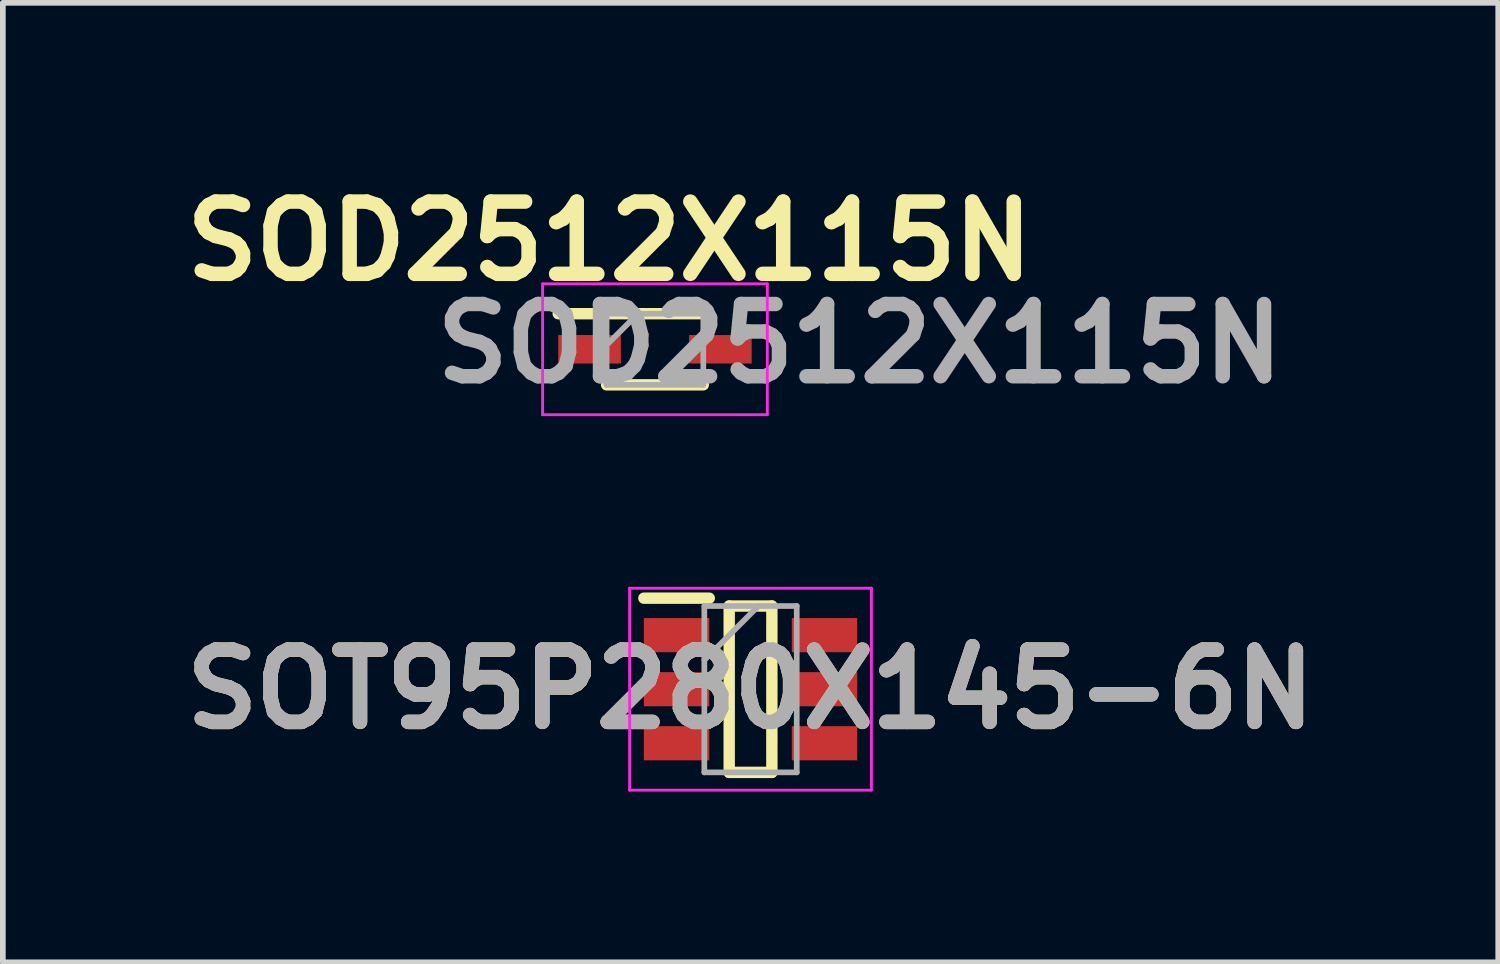
<source format=kicad_pcb>
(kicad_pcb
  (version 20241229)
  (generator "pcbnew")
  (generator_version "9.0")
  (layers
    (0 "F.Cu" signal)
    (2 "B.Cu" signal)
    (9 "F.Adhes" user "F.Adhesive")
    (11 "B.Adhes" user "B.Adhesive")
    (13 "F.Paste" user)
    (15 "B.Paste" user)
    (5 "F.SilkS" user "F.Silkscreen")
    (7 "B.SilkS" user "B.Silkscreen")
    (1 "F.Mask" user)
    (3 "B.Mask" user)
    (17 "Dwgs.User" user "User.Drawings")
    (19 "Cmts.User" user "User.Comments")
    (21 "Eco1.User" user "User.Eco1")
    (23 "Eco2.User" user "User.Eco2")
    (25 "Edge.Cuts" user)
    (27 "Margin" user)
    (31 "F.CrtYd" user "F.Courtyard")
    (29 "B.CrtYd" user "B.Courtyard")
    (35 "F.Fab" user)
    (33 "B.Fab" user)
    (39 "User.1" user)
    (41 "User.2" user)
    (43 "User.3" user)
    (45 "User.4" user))
  (footprint "SOT95P280X145-6N"
    (layer "F.Cu")
    (at 10.142 9.064)
    (property "Reference" "SOT95P280X145-6N" (at 0 0 0) (layer "F.SilkS") (effects (font (size 1.27 1.27) (thickness 0.254))))
    (attr smd)
    (fp_line (start -1.875 -1.6) (end -0.725 -1.6) (stroke (width 0.2) (type solid)) (layer "F.SilkS"))
    (fp_line (start -0.375 -1.462) (end 0.375 -1.462) (stroke (width 0.2) (type solid)) (layer "F.SilkS"))
    (fp_line (start -0.375 1.462) (end -0.375 -1.462) (stroke (width 0.2) (type solid)) (layer "F.SilkS"))
    (fp_line (start 0.375 -1.462) (end 0.375 1.462) (stroke (width 0.2) (type solid)) (layer "F.SilkS"))
    (fp_line (start 0.375 1.462) (end -0.375 1.462) (stroke (width 0.2) (type solid)) (layer "F.SilkS"))
    (fp_line (start -2.125 -1.775) (end 2.125 -1.775) (stroke (width 0.05) (type solid)) (layer "F.CrtYd"))
    (fp_line (start -2.125 1.775) (end -2.125 -1.775) (stroke (width 0.05) (type solid)) (layer "F.CrtYd"))
    (fp_line (start 2.125 -1.775) (end 2.125 1.775) (stroke (width 0.05) (type solid)) (layer "F.CrtYd"))
    (fp_line (start 2.125 1.775) (end -2.125 1.775) (stroke (width 0.05) (type solid)) (layer "F.CrtYd"))
    (fp_line (start -0.812 -1.462) (end 0.812 -1.462) (stroke (width 0.1) (type solid)) (layer "F.Fab"))
    (fp_line (start -0.812 -0.512) (end 0.138 -1.462) (stroke (width 0.1) (type solid)) (layer "F.Fab"))
    (fp_line (start -0.812 1.462) (end -0.812 -1.462) (stroke (width 0.1) (type solid)) (layer "F.Fab"))
    (fp_line (start 0.812 -1.462) (end 0.812 1.462) (stroke (width 0.1) (type solid)) (layer "F.Fab"))
    (fp_line (start 0.812 1.462) (end -0.812 1.462) (stroke (width 0.1) (type solid)) (layer "F.Fab"))
    (fp_text user "${REFERENCE}" (at 0 0 0) (layer "F.Fab") (effects (font (size 1.27 1.27) (thickness 0.254))))
    (pad "1" smd rect (at -1.3 -0.95 90) (size 0.6 1.15) (layers "F.Cu" "F.Mask" "F.Paste"))
    (pad "2" smd rect (at -1.3 0 90) (size 0.6 1.15) (layers "F.Cu" "F.Mask" "F.Paste"))
    (pad "3" smd rect (at -1.3 0.95 90) (size 0.6 1.15) (layers "F.Cu" "F.Mask" "F.Paste"))
    (pad "4" smd rect (at 1.3 0.95 90) (size 0.6 1.15) (layers "F.Cu" "F.Mask" "F.Paste"))
    (pad "5" smd rect (at 1.3 0 90) (size 0.6 1.15) (layers "F.Cu" "F.Mask" "F.Paste"))
    (pad "6" smd rect (at 1.3 -0.95 90) (size 0.6 1.15) (layers "F.Cu" "F.Mask" "F.Paste")))
  (footprint "SOD2512X115N"
    (layer "F.Cu")
    (at 8.462 3.089)
    (property "Reference" "SOD2512X115N" (at -0.8 -1.9 0) (layer "F.SilkS") (effects (font (size 1.27 1.27) (thickness 0.254))))
    (attr smd)
    (fp_line (start -1.7 -0.625) (end 0.85 -0.625) (stroke (width 0.2) (type solid)) (layer "F.SilkS"))
    (fp_line (start -0.85 0.625) (end 0.85 0.625) (stroke (width 0.2) (type solid)) (layer "F.SilkS"))
    (fp_line (start -1.975 -1.15) (end 1.975 -1.15) (stroke (width 0.05) (type solid)) (layer "F.CrtYd"))
    (fp_line (start -1.975 1.15) (end -1.975 -1.15) (stroke (width 0.05) (type solid)) (layer "F.CrtYd"))
    (fp_line (start 1.975 -1.15) (end 1.975 1.15) (stroke (width 0.05) (type solid)) (layer "F.CrtYd"))
    (fp_line (start 1.975 1.15) (end -1.975 1.15) (stroke (width 0.05) (type solid)) (layer "F.CrtYd"))
    (fp_line (start -0.85 -0.625) (end 0.85 -0.625) (stroke (width 0.1) (type solid)) (layer "F.Fab"))
    (fp_line (start -0.85 -0.075) (end -0.3 -0.625) (stroke (width 0.1) (type solid)) (layer "F.Fab"))
    (fp_line (start -0.85 0.625) (end -0.85 -0.625) (stroke (width 0.1) (type solid)) (layer "F.Fab"))
    (fp_line (start 0.85 -0.625) (end 0.85 0.625) (stroke (width 0.1) (type solid)) (layer "F.Fab"))
    (fp_line (start 0.85 0.625) (end -0.85 0.625) (stroke (width 0.1) (type solid)) (layer "F.Fab"))
    (fp_text user "${REFERENCE}" (at 3.6 -0.1 0) (layer "F.Fab") (effects (font (size 1.27 1.27) (thickness 0.254))))
    (pad "1" smd rect (at -1.15 0 90) (size 0.5 1.1) (layers "F.Cu" "F.Mask" "F.Paste"))
    (pad "2" smd rect (at 1.15 0 90) (size 0.5 1.1) (layers "F.Cu" "F.Mask" "F.Paste")))
  (gr_rect
    (start -3 -3)
    (end 23.284 13.864)
    (stroke (width 0.1) (type default))
    (fill no)
    (layer "Edge.Cuts")))
</source>
